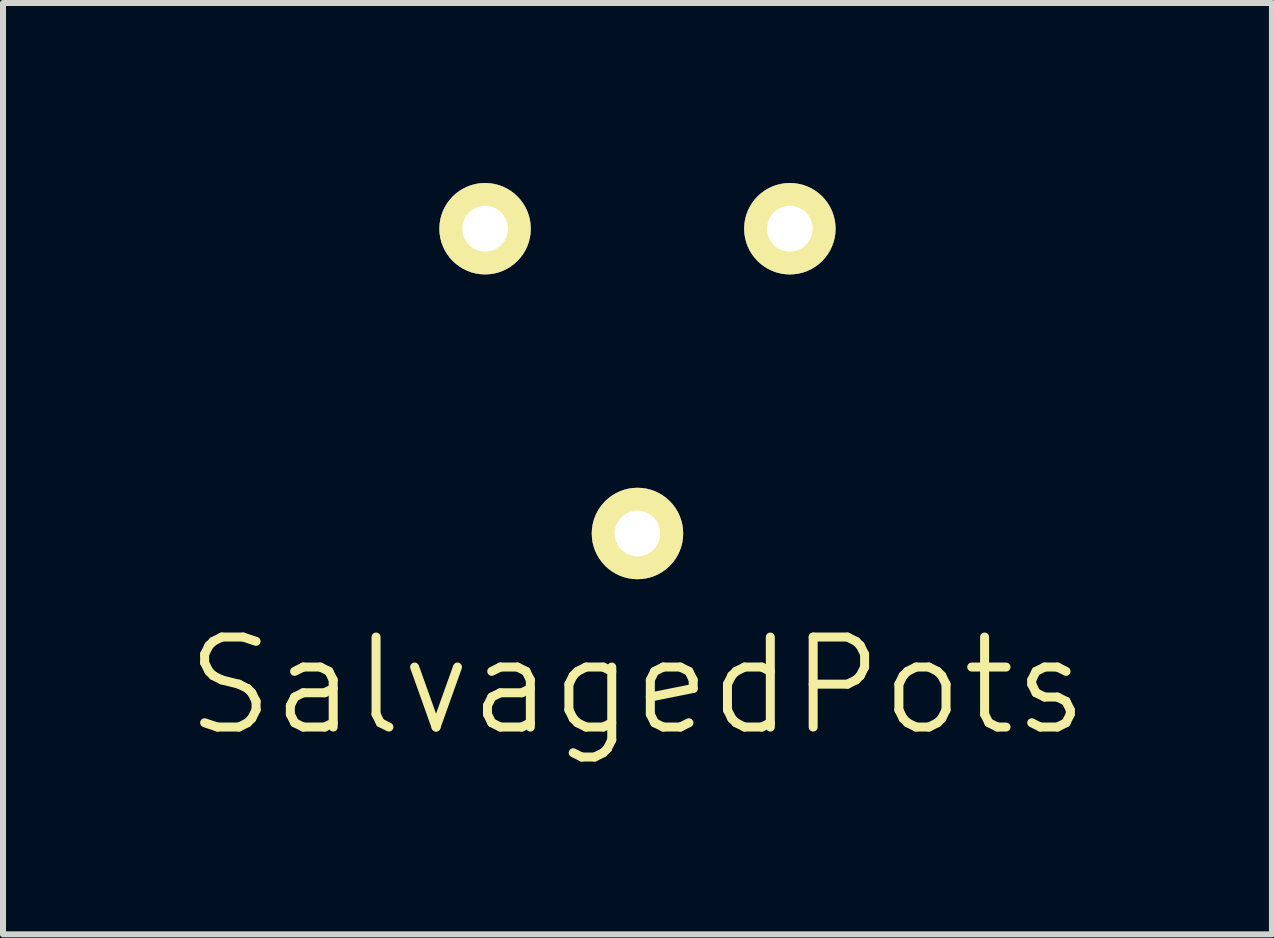
<source format=kicad_pcb>
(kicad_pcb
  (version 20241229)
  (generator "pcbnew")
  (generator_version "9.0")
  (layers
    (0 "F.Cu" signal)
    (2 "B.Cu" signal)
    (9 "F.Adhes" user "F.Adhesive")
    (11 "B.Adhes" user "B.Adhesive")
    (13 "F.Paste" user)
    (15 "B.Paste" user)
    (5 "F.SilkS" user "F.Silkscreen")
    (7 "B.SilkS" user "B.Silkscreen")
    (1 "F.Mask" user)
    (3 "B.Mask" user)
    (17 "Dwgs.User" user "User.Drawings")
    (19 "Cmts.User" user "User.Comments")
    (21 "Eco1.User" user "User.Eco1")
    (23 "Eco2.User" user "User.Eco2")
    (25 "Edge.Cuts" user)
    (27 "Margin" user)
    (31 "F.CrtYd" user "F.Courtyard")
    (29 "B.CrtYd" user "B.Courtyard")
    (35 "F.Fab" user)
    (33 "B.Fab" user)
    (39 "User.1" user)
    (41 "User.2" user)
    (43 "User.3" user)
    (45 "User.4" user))
  (footprint "SalvagedPots"
    (layer "F.Cu")
    (at 7.575 0.762)
    (property "Reference" "SalvagedPots" (at 0 7.62 0) (layer "F.SilkS") (effects (font (size 1.5 1.5) (thickness 0.15))))
    (attr through_hole)
    (pad "1" thru_hole circle (at -2.54 0) (size 1.524 1.524) (drill 0.762) (layers "*.Cu" "*.Mask" "F.SilkS"))
    (pad "2" thru_hole circle (at 2.54 0) (size 1.524 1.524) (drill 0.762) (layers "*.Cu" "*.Mask" "F.SilkS"))
    (pad "3" thru_hole circle (at 0 5.08) (size 1.524 1.524) (drill 0.762) (layers "*.Cu" "*.Mask" "F.SilkS")))
  (gr_rect
    (start -3 -3)
    (end 18.15 12.523)
    (stroke (width 0.1) (type default))
    (fill no)
    (layer "Edge.Cuts")))
</source>
